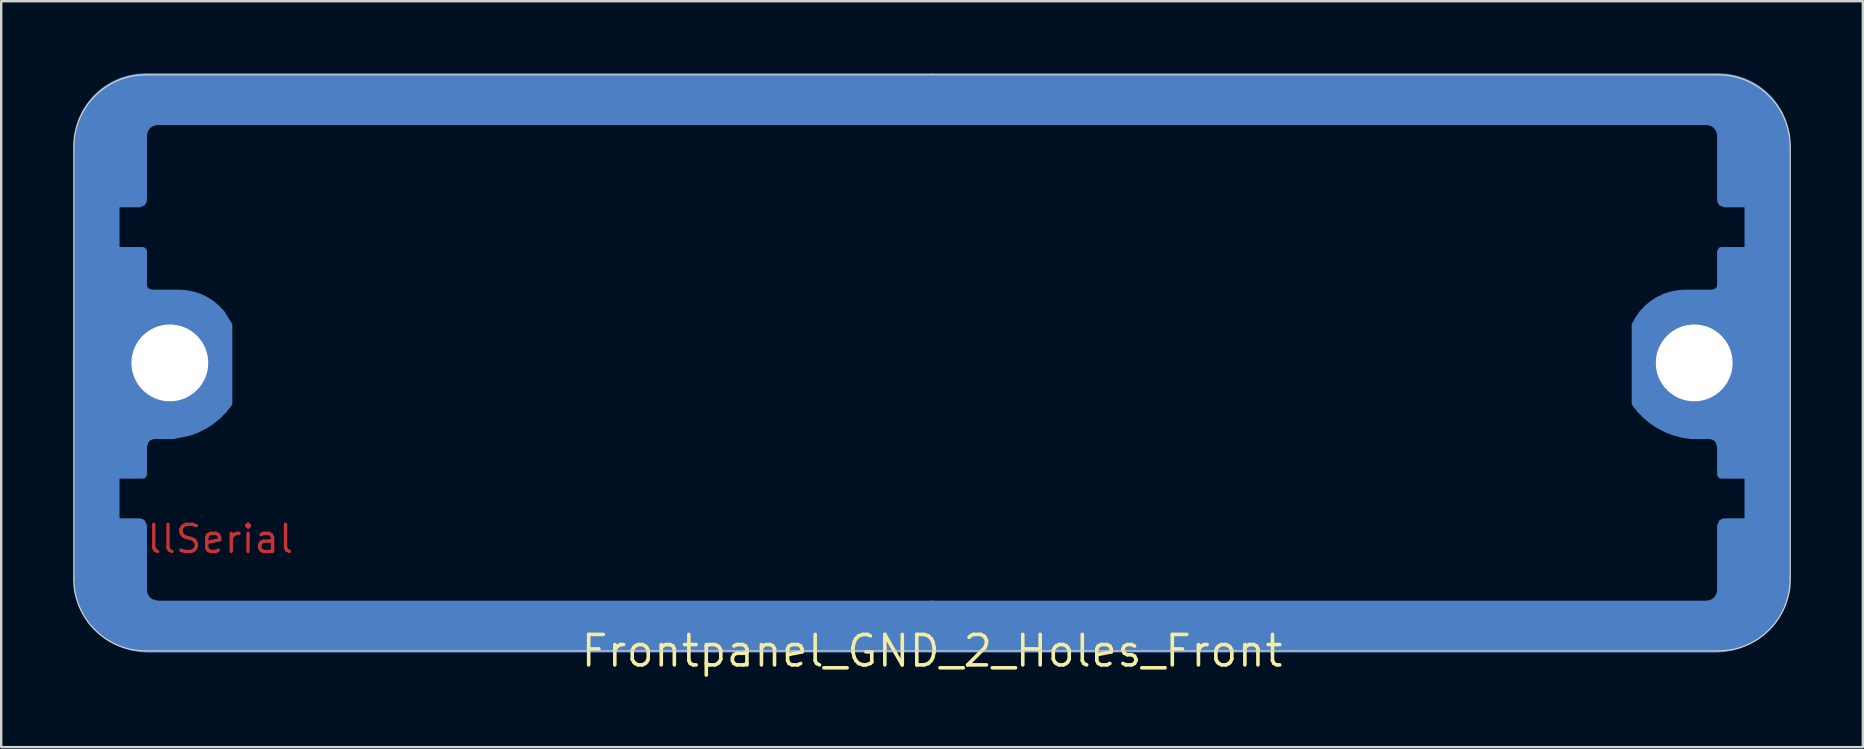
<source format=kicad_pcb>
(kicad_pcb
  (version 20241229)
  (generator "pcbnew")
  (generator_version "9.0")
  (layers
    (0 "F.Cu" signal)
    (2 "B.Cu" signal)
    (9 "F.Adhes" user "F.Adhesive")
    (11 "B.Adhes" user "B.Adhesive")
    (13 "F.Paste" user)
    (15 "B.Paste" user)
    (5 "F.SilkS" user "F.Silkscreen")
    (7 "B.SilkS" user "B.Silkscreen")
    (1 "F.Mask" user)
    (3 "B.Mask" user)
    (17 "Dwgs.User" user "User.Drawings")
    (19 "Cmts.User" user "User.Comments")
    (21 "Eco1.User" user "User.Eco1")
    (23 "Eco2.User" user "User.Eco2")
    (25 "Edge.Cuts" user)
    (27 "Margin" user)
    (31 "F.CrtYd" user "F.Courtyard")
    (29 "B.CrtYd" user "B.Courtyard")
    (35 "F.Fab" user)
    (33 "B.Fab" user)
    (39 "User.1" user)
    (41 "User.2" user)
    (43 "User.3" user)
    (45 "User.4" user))
  (footprint "Frontpanel_GND_2_Holes_Front"
    (layer "F.Cu")
    (at 35.775 24.067)
    (property "Reference" "Frontpanel_GND_2_Holes_Front" (at 0 0 0) (layer "F.SilkS") (effects (font (size 1.27 1.27) (thickness 0.15))))
    (fp_poly (pts (xy 0.064 -21.907) (xy -32.254 -21.907) (xy -32.373 -21.892) (xy -32.48 -21.847) (xy -32.572 -21.777) (xy -32.642 -21.685) (xy -32.687 -21.578) (xy -32.703 -21.459) (xy -32.703 -18.79) (xy -32.726 -18.674) (xy -32.798 -18.565) (xy -33.007 -18.479) (xy -33.846 -18.479) (xy -33.846 -16.828) (xy -32.885 -16.828) (xy -32.797 -16.804) (xy -32.726 -16.733) (xy -32.703 -16.645) (xy -32.703 -15.246) (xy -32.687 -15.168) (xy -32.65 -15.112) (xy -32.499 -15.05) (xy -31.367 -15.05) (xy -31.06 -15.03) (xy -30.755 -14.971) (xy -30.461 -14.874) (xy -30.181 -14.74) (xy -29.921 -14.571) (xy -29.685 -14.371) (xy -29.474 -14.141) (xy -29.146 -13.607) (xy -29.146 -10.265) (xy -29.384 -9.962) (xy -29.64 -9.699) (xy -29.923 -9.467) (xy -30.23 -9.266) (xy -30.556 -9.1) (xy -30.901 -8.97) (xy -31.617 -8.826) (xy -32.38 -8.826) (xy -32.483 -8.81) (xy -32.571 -8.765) (xy -32.638 -8.699) (xy -32.703 -8.499) (xy -32.703 -7.358) (xy -32.726 -7.27) (xy -32.797 -7.199) (xy -32.885 -7.176) (xy -33.846 -7.176) (xy -33.846 -5.524) (xy -33.014 -5.524) (xy -32.898 -5.501) (xy -32.789 -5.429) (xy -32.703 -5.22) (xy -32.703 -2.544) (xy -32.687 -2.425) (xy -32.642 -2.318) (xy -32.572 -2.226) (xy -32.483 -2.158) (xy -32.25 -2.095) (xy 0.064 -2.095) (xy 0.064 0.064) (xy -32.703 0.064) (xy -32.703 0.06) (xy -33.004 0.042) (xy -33.365 -0.021) (xy -33.716 -0.125) (xy -34.052 -0.27) (xy -34.369 -0.452) (xy -34.664 -0.669) (xy -34.931 -0.92) (xy -35.167 -1.199) (xy -35.37 -1.504) (xy -35.536 -1.831) (xy -35.751 -2.53) (xy -35.751 -21.084) (xy -35.729 -21.442) (xy -35.664 -21.796) (xy -35.557 -22.14) (xy -35.409 -22.469) (xy -35.222 -22.777) (xy -35 -23.061) (xy -34.745 -23.316) (xy -34.461 -23.538) (xy -34.153 -23.725) (xy -33.824 -23.873) (xy -33.48 -23.98) (xy -33.126 -24.045) (xy -32.768 -24.067) (xy 0.064 -24.067)) (stroke (width 0) (type default)) (fill yes) (layer "B.Cu"))
    (fp_poly (pts (xy 33.126 -24.045) (xy 33.48 -23.98) (xy 33.824 -23.873) (xy 34.153 -23.725) (xy 34.461 -23.538) (xy 34.745 -23.316) (xy 35 -23.061) (xy 35.222 -22.777) (xy 35.409 -22.469) (xy 35.557 -22.14) (xy 35.664 -21.796) (xy 35.729 -21.442) (xy 35.751 -21.084) (xy 35.751 -2.53) (xy 35.536 -1.831) (xy 35.37 -1.504) (xy 35.167 -1.199) (xy 34.931 -0.92) (xy 34.664 -0.669) (xy 34.369 -0.452) (xy 34.052 -0.27) (xy 33.716 -0.125) (xy 33.365 -0.021) (xy 33.004 0.042) (xy 32.703 0.06) (xy 32.703 0.064) (xy -0.064 0.064) (xy -0.064 -2.095) (xy 32.254 -2.095) (xy 32.373 -2.111) (xy 32.48 -2.156) (xy 32.572 -2.226) (xy 32.642 -2.318) (xy 32.687 -2.425) (xy 32.703 -2.544) (xy 32.703 -5.22) (xy 32.789 -5.429) (xy 32.898 -5.501) (xy 33.014 -5.524) (xy 33.846 -5.524) (xy 33.846 -7.176) (xy 32.885 -7.176) (xy 32.797 -7.199) (xy 32.726 -7.27) (xy 32.703 -7.358) (xy 32.703 -8.499) (xy 32.638 -8.699) (xy 32.571 -8.765) (xy 32.483 -8.81) (xy 32.38 -8.826) (xy 31.618 -8.826) (xy 31.255 -8.879) (xy 30.899 -8.97) (xy 30.556 -9.1) (xy 30.23 -9.266) (xy 29.923 -9.467) (xy 29.64 -9.699) (xy 29.384 -9.962) (xy 29.146 -10.265) (xy 29.146 -13.605) (xy 29.297 -13.889) (xy 29.475 -14.143) (xy 29.685 -14.371) (xy 29.921 -14.571) (xy 30.181 -14.74) (xy 30.461 -14.874) (xy 30.755 -14.971) (xy 31.06 -15.03) (xy 31.367 -15.05) (xy 32.499 -15.05) (xy 32.65 -15.112) (xy 32.687 -15.168) (xy 32.703 -15.246) (xy 32.703 -16.654) (xy 32.788 -16.802) (xy 32.885 -16.828) (xy 33.846 -16.828) (xy 33.846 -18.479) (xy 33.007 -18.479) (xy 32.798 -18.565) (xy 32.726 -18.674) (xy 32.703 -18.79) (xy 32.703 -21.459) (xy 32.687 -21.578) (xy 32.642 -21.685) (xy 32.572 -21.777) (xy 32.48 -21.847) (xy 32.373 -21.892) (xy 32.254 -21.907) (xy -0.064 -21.907) (xy -0.064 -24.067) (xy 32.768 -24.067)) (stroke (width 0) (type default)) (fill yes) (layer "B.Cu"))
    (fp_poly (pts (xy 0.064 -21.907) (xy -32.254 -21.907) (xy -32.373 -21.892) (xy -32.48 -21.847) (xy -32.572 -21.777) (xy -32.642 -21.685) (xy -32.687 -21.578) (xy -32.703 -21.459) (xy -32.703 -18.79) (xy -32.726 -18.674) (xy -32.798 -18.565) (xy -33.007 -18.479) (xy -33.846 -18.479) (xy -33.846 -16.828) (xy -32.885 -16.828) (xy -32.797 -16.804) (xy -32.726 -16.733) (xy -32.703 -16.645) (xy -32.703 -15.246) (xy -32.687 -15.168) (xy -32.65 -15.112) (xy -32.499 -15.05) (xy -31.367 -15.05) (xy -31.06 -15.03) (xy -30.755 -14.971) (xy -30.461 -14.874) (xy -30.181 -14.74) (xy -29.921 -14.571) (xy -29.685 -14.371) (xy -29.474 -14.141) (xy -29.146 -13.607) (xy -29.146 -10.265) (xy -29.384 -9.962) (xy -29.64 -9.699) (xy -29.923 -9.467) (xy -30.23 -9.266) (xy -30.556 -9.1) (xy -30.901 -8.97) (xy -31.617 -8.826) (xy -32.38 -8.826) (xy -32.483 -8.81) (xy -32.571 -8.765) (xy -32.638 -8.699) (xy -32.703 -8.499) (xy -32.703 -7.303) (xy 0.064 -7.303) (xy 0.064 -5.397) (xy -32.776 -5.397) (xy -32.703 -5.22) (xy -32.703 -2.544) (xy -32.687 -2.425) (xy -32.642 -2.318) (xy -32.572 -2.226) (xy -32.483 -2.158) (xy -32.25 -2.095) (xy 0.064 -2.095) (xy 0.064 0.064) (xy -32.703 0.064) (xy -32.703 0.06) (xy -33.004 0.042) (xy -33.365 -0.021) (xy -33.716 -0.125) (xy -34.052 -0.27) (xy -34.369 -0.452) (xy -34.664 -0.669) (xy -34.931 -0.92) (xy -35.167 -1.199) (xy -35.37 -1.504) (xy -35.536 -1.831) (xy -35.751 -2.53) (xy -35.751 -21.084) (xy -35.729 -21.442) (xy -35.664 -21.796) (xy -35.557 -22.14) (xy -35.409 -22.469) (xy -35.222 -22.777) (xy -35 -23.061) (xy -34.745 -23.316) (xy -34.461 -23.538) (xy -34.153 -23.725) (xy -33.824 -23.873) (xy -33.48 -23.98) (xy -33.126 -24.045) (xy -32.768 -24.067) (xy 0.064 -24.067)) (stroke (width 0) (type default)) (fill yes) (layer "B.Mask"))
    (fp_poly (pts (xy 33.126 -24.045) (xy 33.48 -23.98) (xy 33.824 -23.873) (xy 34.153 -23.725) (xy 34.461 -23.538) (xy 34.745 -23.316) (xy 35 -23.061) (xy 35.222 -22.777) (xy 35.409 -22.469) (xy 35.557 -22.14) (xy 35.664 -21.796) (xy 35.729 -21.442) (xy 35.751 -21.084) (xy 35.751 -2.53) (xy 35.536 -1.831) (xy 35.37 -1.504) (xy 35.167 -1.199) (xy 34.931 -0.92) (xy 34.664 -0.669) (xy 34.369 -0.452) (xy 34.052 -0.27) (xy 33.716 -0.125) (xy 33.365 -0.021) (xy 33.004 0.042) (xy 32.703 0.06) (xy 32.703 0.064) (xy -0.064 0.064) (xy -0.064 -2.095) (xy 32.254 -2.095) (xy 32.373 -2.111) (xy 32.48 -2.156) (xy 32.572 -2.226) (xy 32.642 -2.318) (xy 32.687 -2.425) (xy 32.703 -2.544) (xy 32.703 -5.22) (xy 32.776 -5.397) (xy -0.064 -5.397) (xy -0.064 -7.303) (xy 32.717 -7.303) (xy 32.703 -7.358) (xy 32.703 -8.499) (xy 32.638 -8.699) (xy 32.571 -8.765) (xy 32.483 -8.81) (xy 32.38 -8.826) (xy 31.618 -8.826) (xy 31.255 -8.879) (xy 30.899 -8.97) (xy 30.556 -9.1) (xy 30.23 -9.266) (xy 29.923 -9.467) (xy 29.64 -9.699) (xy 29.384 -9.962) (xy 29.146 -10.265) (xy 29.146 -13.605) (xy 29.297 -13.889) (xy 29.475 -14.143) (xy 29.685 -14.371) (xy 29.921 -14.571) (xy 30.181 -14.74) (xy 30.461 -14.874) (xy 30.755 -14.971) (xy 31.06 -15.03) (xy 31.367 -15.05) (xy 32.499 -15.05) (xy 32.65 -15.112) (xy 32.687 -15.168) (xy 32.703 -15.246) (xy 32.703 -16.654) (xy 32.788 -16.802) (xy 32.885 -16.828) (xy 33.846 -16.828) (xy 33.846 -18.479) (xy 33.007 -18.479) (xy 32.798 -18.565) (xy 32.726 -18.674) (xy 32.703 -18.79) (xy 32.703 -21.459) (xy 32.687 -21.578) (xy 32.642 -21.685) (xy 32.572 -21.777) (xy 32.48 -21.847) (xy 32.373 -21.892) (xy 32.254 -21.907) (xy -0.064 -21.907) (xy -0.064 -24.067) (xy 32.768 -24.067)) (stroke (width 0) (type default)) (fill yes) (layer "B.Mask"))
    (fp_line (start -35.752 -17.215) (end -35.752 -21) (stroke (width 0.001) (type solid)) (layer "Cmts.User"))
    (fp_line (start -35.75 -12.84) (end -35.75 -14.197) (stroke (width 0.001) (type solid)) (layer "Cmts.User"))
    (fp_line (start -35.75 -9.84) (end -35.75 -11.34) (stroke (width 0.001) (type solid)) (layer "Cmts.User"))
    (fp_line (start -35.749 -3) (end -35.75 -6.829) (stroke (width 0.001) (type solid)) (layer "Cmts.User"))
    (fp_line (start -35.691 -14.339) (end -35.089 -14.941) (stroke (width 0.001) (type solid)) (layer "Cmts.User"))
    (fp_line (start -35.679 -11.492) (end -35.065 -12.014) (stroke (width 0.001) (type solid)) (layer "Cmts.User"))
    (fp_line (start -35.679 -8.492) (end -35.065 -9.014) (stroke (width 0.001) (type solid)) (layer "Cmts.User"))
    (fp_line (start -35.679 -6.992) (end -35.065 -7.514) (stroke (width 0.001) (type solid)) (layer "Cmts.User"))
    (fp_line (start -35.675 -15.853) (end -35.072 -16.321) (stroke (width 0.001) (type solid)) (layer "Cmts.User"))
    (fp_line (start -35.089 -15.047) (end -35.683 -15.543) (stroke (width 0.001) (type solid)) (layer "Cmts.User"))
    (fp_line (start -35.065 -12.166) (end -35.679 -12.688) (stroke (width 0.001) (type solid)) (layer "Cmts.User"))
    (fp_line (start -35.065 -9.166) (end -35.679 -9.688) (stroke (width 0.001) (type solid)) (layer "Cmts.User"))
    (fp_line (start -35.065 -7.666) (end -35.679 -8.188) (stroke (width 0.001) (type solid)) (layer "Cmts.User"))
    (fp_line (start -35.065 -16.473) (end -35.689 -17.053) (stroke (width 0.001) (type solid)) (layer "Cmts.User"))
    (fp_line (start -34.947 -15) (end -34.96 -15) (stroke (width 0.001) (type solid)) (layer "Cmts.User"))
    (fp_line (start -34.947 -15) (end -34.15 -15) (stroke (width 0.001) (type solid)) (layer "Cmts.User"))
    (fp_line (start -34.44 -13.697) (end -33.574 -13.197) (stroke (width 0.001) (type solid)) (layer "Cmts.User"))
    (fp_line (start -34.339 -14.072) (end -33.89 -14.85) (stroke (width 0.001) (type solid)) (layer "Cmts.User"))
    (fp_line (start -33.977 -15) (end -34.15 -15) (stroke (width 0.001) (type solid)) (layer "Cmts.User"))
    (fp_line (start -33.977 -14.7) (end -34.477 -13.834) (stroke (width 0.001) (type solid)) (layer "Cmts.User"))
    (fp_line (start -33.933 -13.607) (end -34.266 -13.799) (stroke (width 0.001) (type solid)) (layer "Cmts.User"))
    (fp_line (start -33.9 -18.58) (end -33.9 -16.78) (stroke (width 0.001) (type solid)) (layer "Cmts.User"))
    (fp_line (start -33.9 -16.78) (end -32.953 -16.78) (stroke (width 0.001) (type solid)) (layer "Cmts.User"))
    (fp_line (start -33.9 -7.22) (end -33.9 -5.42) (stroke (width 0.001) (type solid)) (layer "Cmts.User"))
    (fp_line (start -33.9 -5.42) (end -32.95 -5.42) (stroke (width 0.001) (type solid)) (layer "Cmts.User"))
    (fp_line (start -33.746 -13.499) (end -33.933 -13.607) (stroke (width 0.001) (type solid)) (layer "Cmts.User"))
    (fp_line (start -33.438 -13.234) (end -32.499 -14.86) (stroke (width 0.001) (type solid)) (layer "Cmts.User"))
    (fp_line (start -32.95 -18.58) (end -33.9 -18.58) (stroke (width 0.001) (type solid)) (layer "Cmts.User"))
    (fp_line (start -32.95 -7.22) (end -33.9 -7.22) (stroke (width 0.001) (type solid)) (layer "Cmts.User"))
    (fp_line (start -32.78 -14.773) (end -33.473 -13.572) (stroke (width 0.001) (type solid)) (layer "Cmts.User"))
    (fp_line (start -32.753 -16.58) (end -32.753 -14.873) (stroke (width 0.001) (type solid)) (layer "Cmts.User"))
    (fp_line (start -32.752 -24) (end -32.751 -24) (stroke (width 0.001) (type solid)) (layer "Cmts.User"))
    (fp_line (start -32.75 -21.48) (end -32.75 -18.78) (stroke (width 0.001) (type solid)) (layer "Cmts.User"))
    (fp_line (start -32.75 -8.795) (end -32.75 -7.42) (stroke (width 0.001) (type solid)) (layer "Cmts.User"))
    (fp_line (start -32.75 -5.22) (end -32.75 -2.52) (stroke (width 0.001) (type solid)) (layer "Cmts.User"))
    (fp_line (start -32.599 -23.929) (end -32.079 -23.315) (stroke (width 0.001) (type solid)) (layer "Cmts.User"))
    (fp_line (start -32.25 -2.02) (end 32.25 -2.02) (stroke (width 0.001) (type solid)) (layer "Cmts.User"))
    (fp_line (start -32.096 -15) (end -31.404 -15) (stroke (width 0.001) (type solid)) (layer "Cmts.User"))
    (fp_line (start -32.076 -0.685) (end -32.596 -0.071) (stroke (width 0.001) (type solid)) (layer "Cmts.User"))
    (fp_line (start -31.924 -23.315) (end -31.414 -23.914) (stroke (width 0.001) (type solid)) (layer "Cmts.User"))
    (fp_line (start -31.402 -0.071) (end -31.924 -0.685) (stroke (width 0.001) (type solid)) (layer "Cmts.User"))
    (fp_line (start -31.098 -23.929) (end -30.576 -23.315) (stroke (width 0.001) (type solid)) (layer "Cmts.User"))
    (fp_line (start -30.576 -0.685) (end -31.098 -0.071) (stroke (width 0.001) (type solid)) (layer "Cmts.User"))
    (fp_line (start -30.424 -23.315) (end -29.902 -23.929) (stroke (width 0.001) (type solid)) (layer "Cmts.User"))
    (fp_line (start -30.099 -11.02) (end -29.45 -11.02) (stroke (width 0.001) (type solid)) (layer "Cmts.User"))
    (fp_line (start -29.902 -0.071) (end -30.424 -0.685) (stroke (width 0.001) (type solid)) (layer "Cmts.User"))
    (fp_line (start -29.591 -23.922) (end -29.129 -23.319) (stroke (width 0.001) (type solid)) (layer "Cmts.User"))
    (fp_line (start -29.45 -13.02) (end -30.099 -13.02) (stroke (width 0.001) (type solid)) (layer "Cmts.User"))
    (fp_line (start -29.25 -13.617) (end -29.25 -13.22) (stroke (width 0.001) (type solid)) (layer "Cmts.User"))
    (fp_line (start -29.25 -10.82) (end -29.25 -10.423) (stroke (width 0.001) (type solid)) (layer "Cmts.User"))
    (fp_line (start -29.129 -0.681) (end -29.591 -0.078) (stroke (width 0.001) (type solid)) (layer "Cmts.User"))
    (fp_line (start -29.05 -23.28) (end 29.05 -23.28) (stroke (width 0.001) (type solid)) (layer "Cmts.User"))
    (fp_line (start 29.05 -0.72) (end -29.05 -0.72) (stroke (width 0.001) (type solid)) (layer "Cmts.User"))
    (fp_line (start 29.129 -23.319) (end 29.591 -23.922) (stroke (width 0.001) (type solid)) (layer "Cmts.User"))
    (fp_line (start 29.25 -13.18) (end 29.25 -13.577) (stroke (width 0.001) (type solid)) (layer "Cmts.User"))
    (fp_line (start 29.25 -10.383) (end 29.25 -10.78) (stroke (width 0.001) (type solid)) (layer "Cmts.User"))
    (fp_line (start 29.45 -10.98) (end 30.099 -10.98) (stroke (width 0.001) (type solid)) (layer "Cmts.User"))
    (fp_line (start 29.591 -0.078) (end 29.129 -0.681) (stroke (width 0.001) (type solid)) (layer "Cmts.User"))
    (fp_line (start 29.902 -23.929) (end 30.424 -23.315) (stroke (width 0.001) (type solid)) (layer "Cmts.User"))
    (fp_line (start 30.099 -12.98) (end 29.45 -12.98) (stroke (width 0.001) (type solid)) (layer "Cmts.User"))
    (fp_line (start 30.424 -0.685) (end 29.902 -0.071) (stroke (width 0.001) (type solid)) (layer "Cmts.User"))
    (fp_line (start 30.576 -23.315) (end 31.098 -23.929) (stroke (width 0.001) (type solid)) (layer "Cmts.User"))
    (fp_line (start 31.098 -0.071) (end 30.576 -0.685) (stroke (width 0.001) (type solid)) (layer "Cmts.User"))
    (fp_line (start 31.402 -23.929) (end 31.924 -23.315) (stroke (width 0.001) (type solid)) (layer "Cmts.User"))
    (fp_line (start 31.924 -0.685) (end 31.414 -0.086) (stroke (width 0.001) (type solid)) (layer "Cmts.User"))
    (fp_line (start 32.076 -23.315) (end 32.596 -23.929) (stroke (width 0.001) (type solid)) (layer "Cmts.User"))
    (fp_line (start 32.096 -9) (end 31.404 -9) (stroke (width 0.001) (type solid)) (layer "Cmts.User"))
    (fp_line (start 32.25 -21.98) (end -32.25 -21.98) (stroke (width 0.001) (type solid)) (layer "Cmts.User"))
    (fp_line (start 32.599 -0.071) (end 32.079 -0.685) (stroke (width 0.001) (type solid)) (layer "Cmts.User"))
    (fp_line (start 32.75 -18.78) (end 32.75 -21.48) (stroke (width 0.001) (type solid)) (layer "Cmts.User"))
    (fp_line (start 32.75 -15.205) (end 32.75 -16.58) (stroke (width 0.001) (type solid)) (layer "Cmts.User"))
    (fp_line (start 32.75 -2.52) (end 32.75 -5.22) (stroke (width 0.001) (type solid)) (layer "Cmts.User"))
    (fp_line (start 32.752 -0.000006) (end 32.751 -0.000006) (stroke (width 0.001) (type solid)) (layer "Cmts.User"))
    (fp_line (start 32.753 -7.42) (end 32.753 -9.127) (stroke (width 0.001) (type solid)) (layer "Cmts.User"))
    (fp_line (start 32.78 -9.227) (end 33.473 -10.428) (stroke (width 0.001) (type solid)) (layer "Cmts.User"))
    (fp_line (start 32.95 -16.78) (end 33.9 -16.78) (stroke (width 0.001) (type solid)) (layer "Cmts.User"))
    (fp_line (start 32.95 -5.42) (end 33.9 -5.42) (stroke (width 0.001) (type solid)) (layer "Cmts.User"))
    (fp_line (start 33.438 -10.766) (end 32.499 -9.14) (stroke (width 0.001) (type solid)) (layer "Cmts.User"))
    (fp_line (start 33.746 -10.501) (end 33.933 -10.393) (stroke (width 0.001) (type solid)) (layer "Cmts.User"))
    (fp_line (start 33.9 -18.58) (end 32.95 -18.58) (stroke (width 0.001) (type solid)) (layer "Cmts.User"))
    (fp_line (start 33.9 -16.78) (end 33.9 -18.58) (stroke (width 0.001) (type solid)) (layer "Cmts.User"))
    (fp_line (start 33.9 -7.22) (end 32.953 -7.22) (stroke (width 0.001) (type solid)) (layer "Cmts.User"))
    (fp_line (start 33.9 -5.42) (end 33.9 -7.22) (stroke (width 0.001) (type solid)) (layer "Cmts.User"))
    (fp_line (start 33.933 -10.393) (end 34.266 -10.201) (stroke (width 0.001) (type solid)) (layer "Cmts.User"))
    (fp_line (start 33.977 -9.3) (end 34.477 -10.166) (stroke (width 0.001) (type solid)) (layer "Cmts.User"))
    (fp_line (start 33.977 -9) (end 34.96 -9) (stroke (width 0.001) (type solid)) (layer "Cmts.User"))
    (fp_line (start 34.339 -9.928) (end 33.89 -9.15) (stroke (width 0.001) (type solid)) (layer "Cmts.User"))
    (fp_line (start 34.44 -10.303) (end 33.574 -10.803) (stroke (width 0.001) (type solid)) (layer "Cmts.User"))
    (fp_line (start 34.947 -9) (end 34.15 -9) (stroke (width 0.001) (type solid)) (layer "Cmts.User"))
    (fp_line (start 35.065 -7.527) (end 35.689 -6.947) (stroke (width 0.001) (type solid)) (layer "Cmts.User"))
    (fp_line (start 35.065 -16.334) (end 35.679 -15.812) (stroke (width 0.001) (type solid)) (layer "Cmts.User"))
    (fp_line (start 35.065 -14.834) (end 35.679 -14.312) (stroke (width 0.001) (type solid)) (layer "Cmts.User"))
    (fp_line (start 35.065 -11.834) (end 35.679 -11.312) (stroke (width 0.001) (type solid)) (layer "Cmts.User"))
    (fp_line (start 35.089 -8.953) (end 35.683 -8.457) (stroke (width 0.001) (type solid)) (layer "Cmts.User"))
    (fp_line (start 35.675 -8.147) (end 35.072 -7.679) (stroke (width 0.001) (type solid)) (layer "Cmts.User"))
    (fp_line (start 35.679 -17.008) (end 35.065 -16.486) (stroke (width 0.001) (type solid)) (layer "Cmts.User"))
    (fp_line (start 35.679 -15.508) (end 35.065 -14.986) (stroke (width 0.001) (type solid)) (layer "Cmts.User"))
    (fp_line (start 35.679 -12.508) (end 35.065 -11.986) (stroke (width 0.001) (type solid)) (layer "Cmts.User"))
    (fp_line (start 35.691 -9.661) (end 35.089 -9.059) (stroke (width 0.001) (type solid)) (layer "Cmts.User"))
    (fp_line (start 35.749 -21) (end 35.75 -17.171) (stroke (width 0.001) (type solid)) (layer "Cmts.User"))
    (fp_line (start 35.75 -14.16) (end 35.75 -12.66) (stroke (width 0.001) (type solid)) (layer "Cmts.User"))
    (fp_line (start 35.75 -11.16) (end 35.75 -9.803) (stroke (width 0.001) (type solid)) (layer "Cmts.User"))
    (fp_line (start 35.752 -6.785) (end 35.752 -3) (stroke (width 0.001) (type solid)) (layer "Cmts.User"))
    (fp_arc (start -35.752381 -20.999996) (mid -34.873527 -23.121497) (end -32.751879 -23.999996) (stroke (width 0.001) (type solid)) (layer "Cmts.User"))
    (fp_arc (start -35.75 -14.197156) (mid -35.734774 -14.273692) (end -35.691418 -14.338575) (stroke (width 0.001) (type solid)) (layer "Cmts.User"))
    (fp_arc (start -35.75 -11.339996) (mid -35.731506 -11.423999) (end -35.67944 -11.492466) (stroke (width 0.001) (type solid)) (layer "Cmts.User"))
    (fp_arc (start -35.749668 -6.828575) (mid -35.733831 -6.91878) (end -35.67944 -6.992465) (stroke (width 0.001) (type solid)) (layer "Cmts.User"))
    (fp_arc (start -35.68905 -17.053015) (mid -35.739137 -17.126547) (end -35.752381 -17.214525) (stroke (width 0.001) (type solid)) (layer "Cmts.User"))
    (fp_arc (start -35.68254 -15.542675) (mid -35.752891 -15.699569) (end -35.675449 -15.853087) (stroke (width 0.001) (type solid)) (layer "Cmts.User"))
    (fp_arc (start -35.67944 -12.687537) (mid -35.731504 -12.755998) (end -35.75 -12.839996) (stroke (width 0.001) (type solid)) (layer "Cmts.User"))
    (fp_arc (start -35.67944 -9.687537) (mid -35.731504 -9.755998) (end -35.75 -9.839996) (stroke (width 0.001) (type solid)) (layer "Cmts.User"))
    (fp_arc (start -35.67944 -8.187537) (mid -35.750001 -8.340002) (end -35.679439 -8.492466) (stroke (width 0.001) (type solid)) (layer "Cmts.User"))
    (fp_arc (start -35.088581 -14.941425) (mid -35.023695 -14.984776) (end -34.947159 -14.999996) (stroke (width 0.001) (type solid)) (layer "Cmts.User"))
    (fp_arc (start -35.065389 -12.166237) (mid -35.030107 -12.090001) (end -35.06539 -12.013765) (stroke (width 0.001) (type solid)) (layer "Cmts.User"))
    (fp_arc (start -35.065389 -9.166237) (mid -35.030107 -9.090001) (end -35.06539 -9.013765) (stroke (width 0.001) (type solid)) (layer "Cmts.User"))
    (fp_arc (start -35.065389 -7.666237) (mid -35.030107 -7.590001) (end -35.06539 -7.513765) (stroke (width 0.001) (type solid)) (layer "Cmts.User"))
    (fp_arc (start -35.06489 -16.473265) (mid -35.033045 -16.395537) (end -35.07169 -16.320956) (stroke (width 0.001) (type solid)) (layer "Cmts.User"))
    (fp_arc (start -34.96039 -14.999996) (mid -35.028593 -15.011985) (end -35.088618 -15.046515) (stroke (width 0.001) (type solid)) (layer "Cmts.User"))
    (fp_arc (start -34.44019 -13.697375) (mid -34.486781 -13.758095) (end -34.47679 -13.833975) (stroke (width 0.001) (type solid)) (layer "Cmts.User"))
    (fp_arc (start -34.26609 -13.798915) (mid -34.359279 -13.920358) (end -34.3393 -14.072125) (stroke (width 0.001) (type solid)) (layer "Cmts.User"))
    (fp_arc (start -34.15 -14.999996) (mid -33.976792 -14.899998) (end -33.976789 -14.699996) (stroke (width 0.001) (type solid)) (layer "Cmts.User"))
    (fp_arc (start -33.97679 -14.999995) (mid -33.890189 -14.949995) (end -33.89019 -14.849996) (stroke (width 0.001) (type solid)) (layer "Cmts.User"))
    (fp_arc (start -33.473268 -13.572125) (mid -33.594712 -13.478935) (end -33.746481 -13.498914) (stroke (width 0.001) (type solid)) (layer "Cmts.User"))
    (fp_arc (start -33.437559 -13.233975) (mid -33.498279 -13.187384) (end -33.574159 -13.197375) (stroke (width 0.001) (type solid)) (layer "Cmts.User"))
    (fp_arc (start -32.95294 -16.779996) (mid -32.811519 -16.721417) (end -32.75294 -16.579996) (stroke (width 0.001) (type solid)) (layer "Cmts.User"))
    (fp_arc (start -32.95 -5.419996) (mid -32.808579 -5.361417) (end -32.75 -5.219996) (stroke (width 0.001) (type solid)) (layer "Cmts.User"))
    (fp_arc (start -32.915 -12.596865) (mid -32.66923 -12.939231) (end -32.326859 -13.184996) (stroke (width 0.001) (type solid)) (layer "Cmts.User"))
    (fp_arc (start -32.914999 -11.443137) (mid -33.350013 -12.020001) (end -32.915 -12.596865) (stroke (width 0.001) (type solid)) (layer "Cmts.User"))
    (fp_arc (start -32.75294 -14.873365) (mid -32.759757 -14.821601) (end -32.77974 -14.773365) (stroke (width 0.001) (type solid)) (layer "Cmts.User"))
    (fp_arc (start -32.751109 -23.999996) (mid -32.667358 -23.981325) (end -32.59914 -23.929275) (stroke (width 0.001) (type solid)) (layer "Cmts.User"))
    (fp_arc (start -32.75 -21.480006) (mid -32.603553 -21.833559) (end -32.25 -21.980006) (stroke (width 0.001) (type solid)) (layer "Cmts.User"))
    (fp_arc (start -32.75 -18.780006) (mid -32.808579 -18.638585) (end -32.95 -18.580006) (stroke (width 0.001) (type solid)) (layer "Cmts.User"))
    (fp_arc (start -32.75 -7.419996) (mid -32.808579 -7.278575) (end -32.95 -7.219996) (stroke (width 0.001) (type solid)) (layer "Cmts.User"))
    (fp_arc (start -32.749999 -8.795096) (mid -32.638293 -9.028648) (end -32.386359 -9.088265) (stroke (width 0.001) (type solid)) (layer "Cmts.User"))
    (fp_arc (start -32.74894 0.000003) (mid -34.870587 -0.878496) (end -35.74944 -2.999997) (stroke (width 0.001) (type solid)) (layer "Cmts.User"))
    (fp_arc (start -32.596368 -0.070725) (mid -32.664859 -0.018547) (end -32.74894 0.000002) (stroke (width 0.001) (type solid)) (layer "Cmts.User"))
    (fp_arc (start -32.49864 -14.860237) (mid -32.442794 -14.922183) (end -32.366539 -14.955965) (stroke (width 0.001) (type solid)) (layer "Cmts.User"))
    (fp_arc (start -32.36654 -14.955965) (mid -32.231689 -14.981076) (end -32.095831 -14.999996) (stroke (width 0.001) (type solid)) (layer "Cmts.User"))
    (fp_arc (start -32.326859 -13.184995) (mid -31.749995 -13.620009) (end -31.173131 -13.184996) (stroke (width 0.001) (type solid)) (layer "Cmts.User"))
    (fp_arc (start -32.326859 -10.854996) (mid -32.66923 -11.100766) (end -32.915 -11.443137) (stroke (width 0.001) (type solid)) (layer "Cmts.User"))
    (fp_arc (start -32.25 -2.019996) (mid -32.603553 -2.166443) (end -32.75 -2.519996) (stroke (width 0.001) (type solid)) (layer "Cmts.User"))
    (fp_arc (start -32.076231 -0.684724) (mid -31.999993 -0.720002) (end -31.923759 -0.684715) (stroke (width 0.001) (type solid)) (layer "Cmts.User"))
    (fp_arc (start -31.923831 -23.315206) (mid -32.001487 -23.278338) (end -32.079068 -23.315365) (stroke (width 0.001) (type solid)) (layer "Cmts.User"))
    (fp_arc (start -31.414081 -23.914356) (mid -31.259507 -23.999775) (end -31.097517 -23.929425) (stroke (width 0.001) (type solid)) (layer "Cmts.User"))
    (fp_arc (start -31.404168 -14.999996) (mid -30.208299 -14.593561) (end -29.285709 -13.730937) (stroke (width 0.001) (type solid)) (layer "Cmts.User"))
    (fp_arc (start -31.173131 -13.184996) (mid -30.991003 -13.07543) (end -30.829168 -12.937646) (stroke (width 0.001) (type solid)) (layer "Cmts.User"))
    (fp_arc (start -31.173131 -10.854995) (mid -31.749995 -10.419981) (end -32.326859 -10.854996) (stroke (width 0.001) (type solid)) (layer "Cmts.User"))
    (fp_arc (start -31.097518 -0.070575) (mid -31.249999 0.000003) (end -31.402481 -0.070574) (stroke (width 0.001) (type solid)) (layer "Cmts.User"))
    (fp_arc (start -30.829168 -11.102356) (mid -30.991003 -10.964567) (end -31.173131 -10.854996) (stroke (width 0.001) (type solid)) (layer "Cmts.User"))
    (fp_arc (start -30.829168 -11.102356) (mid -30.535051 -11.219856) (end -30.247699 -11.086665) (stroke (width 0.001) (type solid)) (layer "Cmts.User"))
    (fp_arc (start -30.576241 -0.684715) (mid -30.5 -0.720004) (end -30.423759 -0.684715) (stroke (width 0.001) (type solid)) (layer "Cmts.User"))
    (fp_arc (start -30.42376 -23.315286) (mid -30.5 -23.279998) (end -30.57624 -23.315287) (stroke (width 0.001) (type solid)) (layer "Cmts.User"))
    (fp_arc (start -30.2477 -12.953337) (mid -30.535052 -12.820147) (end -30.829168 -12.937647) (stroke (width 0.001) (type solid)) (layer "Cmts.User"))
    (fp_arc (start -30.2477 -12.953337) (mid -30.180272 -13.002575) (end -30.098618 -13.019996) (stroke (width 0.001) (type solid)) (layer "Cmts.User"))
    (fp_arc (start -30.098618 -11.019996) (mid -30.180273 -11.037422) (end -30.2477 -11.086665) (stroke (width 0.001) (type solid)) (layer "Cmts.User"))
    (fp_arc (start -29.902481 -23.929425) (mid -29.745024 -23.999943) (end -29.591267 -23.921687) (stroke (width 0.001) (type solid)) (layer "Cmts.User"))
    (fp_arc (start -29.591268 -0.078315) (mid -29.745024 -0.000058) (end -29.90248 -0.070574) (stroke (width 0.001) (type solid)) (layer "Cmts.User"))
    (fp_arc (start -29.45 -11.019996) (mid -29.308579 -10.961417) (end -29.25 -10.819996) (stroke (width 0.001) (type solid)) (layer "Cmts.User"))
    (fp_arc (start -29.285709 -13.730937) (mid -29.259135 -13.676636) (end -29.25 -13.616875) (stroke (width 0.001) (type solid)) (layer "Cmts.User"))
    (fp_arc (start -29.285709 -10.309065) (mid -30.650958 -9.228601) (end -32.386358 -9.088265) (stroke (width 0.001) (type solid)) (layer "Cmts.User"))
    (fp_arc (start -29.25 -13.219996) (mid -29.308579 -13.078575) (end -29.45 -13.019996) (stroke (width 0.001) (type solid)) (layer "Cmts.User"))
    (fp_arc (start -29.25 -10.423125) (mid -29.259135 -10.363365) (end -29.285709 -10.309065) (stroke (width 0.001) (type solid)) (layer "Cmts.User"))
    (fp_arc (start -29.129359 -0.680846) (mid -29.094246 -0.709678) (end -29.05 -0.719996) (stroke (width 0.001) (type solid)) (layer "Cmts.User"))
    (fp_arc (start -29.050001 -23.280006) (mid -29.094247 -23.290324) (end -29.129359 -23.319156) (stroke (width 0.001) (type solid)) (layer "Cmts.User"))
    (fp_arc (start 29.05 -0.719996) (mid 29.094247 -0.709679) (end 29.129359 -0.680846) (stroke (width 0.001) (type solid)) (layer "Cmts.User"))
    (fp_arc (start 29.129358 -23.319155) (mid 29.094246 -23.290323) (end 29.05 -23.280006) (stroke (width 0.001) (type solid)) (layer "Cmts.User"))
    (fp_arc (start 29.25 -13.576875) (mid 29.25914 -13.636636) (end 29.285718 -13.690937) (stroke (width 0.001) (type solid)) (layer "Cmts.User"))
    (fp_arc (start 29.25 -10.780006) (mid 29.308579 -10.921427) (end 29.45 -10.980006) (stroke (width 0.001) (type solid)) (layer "Cmts.User"))
    (fp_arc (start 29.285718 -13.690937) (mid 30.650967 -14.771401) (end 32.386368 -14.911737) (stroke (width 0.001) (type solid)) (layer "Cmts.User"))
    (fp_arc (start 29.285718 -10.269065) (mid 29.25914 -10.323365) (end 29.25 -10.383125) (stroke (width 0.001) (type solid)) (layer "Cmts.User"))
    (fp_arc (start 29.45 -12.980006) (mid 29.308579 -13.038585) (end 29.25 -13.180006) (stroke (width 0.001) (type solid)) (layer "Cmts.User"))
    (fp_arc (start 29.591281 -23.921687) (mid 29.745032 -23.999939) (end 29.902481 -23.929423) (stroke (width 0.001) (type solid)) (layer "Cmts.User"))
    (fp_arc (start 29.902481 -0.070575) (mid 29.745031 -0.00006) (end 29.591281 -0.078314) (stroke (width 0.001) (type solid)) (layer "Cmts.User"))
    (fp_arc (start 30.098631 -12.980006) (mid 30.18028 -12.962579) (end 30.2477 -12.913337) (stroke (width 0.001) (type solid)) (layer "Cmts.User"))
    (fp_arc (start 30.2477 -11.046665) (mid 30.180279 -10.997428) (end 30.098631 -10.980006) (stroke (width 0.001) (type solid)) (layer "Cmts.User"))
    (fp_arc (start 30.2477 -11.046665) (mid 30.535052 -11.179855) (end 30.829168 -11.062355) (stroke (width 0.001) (type solid)) (layer "Cmts.User"))
    (fp_arc (start 30.423759 -0.684714) (mid 30.499999 -0.720003) (end 30.57624 -0.684715) (stroke (width 0.001) (type solid)) (layer "Cmts.User"))
    (fp_arc (start 30.57624 -23.315286) (mid 30.499999 -23.279998) (end 30.423759 -23.315287) (stroke (width 0.001) (type solid)) (layer "Cmts.User"))
    (fp_arc (start 30.829168 -12.897646) (mid 30.535051 -12.780146) (end 30.247699 -12.913337) (stroke (width 0.001) (type solid)) (layer "Cmts.User"))
    (fp_arc (start 30.829168 -12.897646) (mid 30.991007 -13.035436) (end 31.17314 -13.145006) (stroke (width 0.001) (type solid)) (layer "Cmts.User"))
    (fp_arc (start 31.097518 -23.929425) (mid 31.25 -24.000003) (end 31.402482 -23.929424) (stroke (width 0.001) (type solid)) (layer "Cmts.User"))
    (fp_arc (start 31.17314 -13.145005) (mid 31.750004 -13.580019) (end 32.326868 -13.145006) (stroke (width 0.001) (type solid)) (layer "Cmts.User"))
    (fp_arc (start 31.17314 -10.815006) (mid 30.991008 -10.924571) (end 30.829168 -11.062356) (stroke (width 0.001) (type solid)) (layer "Cmts.User"))
    (fp_arc (start 31.404168 -9.000006) (mid 30.208303 -9.406442) (end 29.285718 -10.269065) (stroke (width 0.001) (type solid)) (layer "Cmts.User"))
    (fp_arc (start 31.414081 -0.085646) (mid 31.259507 -0.000226) (end 31.097517 -0.070575) (stroke (width 0.001) (type solid)) (layer "Cmts.User"))
    (fp_arc (start 31.92384 -0.684797) (mid 32.001492 -0.721662) (end 32.079068 -0.684637) (stroke (width 0.001) (type solid)) (layer "Cmts.User"))
    (fp_arc (start 32.07623 -23.315275) (mid 31.999992 -23.279999) (end 31.923759 -23.315287) (stroke (width 0.001) (type solid)) (layer "Cmts.User"))
    (fp_arc (start 32.25 -21.980006) (mid 32.603553 -21.833559) (end 32.75 -21.480006) (stroke (width 0.001) (type solid)) (layer "Cmts.User"))
    (fp_arc (start 32.326868 -13.145006) (mid 32.669235 -12.899236) (end 32.915 -12.556865) (stroke (width 0.001) (type solid)) (layer "Cmts.User"))
    (fp_arc (start 32.326868 -10.815005) (mid 31.750004 -10.379991) (end 31.17314 -10.815006) (stroke (width 0.001) (type solid)) (layer "Cmts.User"))
    (fp_arc (start 32.36654 -9.044037) (mid 32.231689 -9.018926) (end 32.095831 -9.000006) (stroke (width 0.001) (type solid)) (layer "Cmts.User"))
    (fp_arc (start 32.49865 -9.139765) (mid 32.442799 -9.077818) (end 32.36654 -9.044037) (stroke (width 0.001) (type solid)) (layer "Cmts.User"))
    (fp_arc (start 32.596368 -23.929275) (mid 32.664859 -23.981454) (end 32.74894 -24.000005) (stroke (width 0.001) (type solid)) (layer "Cmts.User"))
    (fp_arc (start 32.74894 -24.000006) (mid 34.870588 -23.121506) (end 35.74944 -21.000004) (stroke (width 0.001) (type solid)) (layer "Cmts.User"))
    (fp_arc (start 32.749999 -15.204907) (mid 32.638297 -14.971357) (end 32.386368 -14.911737) (stroke (width 0.001) (type solid)) (layer "Cmts.User"))
    (fp_arc (start 32.75 -16.580006) (mid 32.808579 -16.721427) (end 32.95 -16.780006) (stroke (width 0.001) (type solid)) (layer "Cmts.User"))
    (fp_arc (start 32.75 -5.219996) (mid 32.808579 -5.361417) (end 32.95 -5.419996) (stroke (width 0.001) (type solid)) (layer "Cmts.User"))
    (fp_arc (start 32.75 -2.519996) (mid 32.603553 -2.166443) (end 32.25 -2.019996) (stroke (width 0.001) (type solid)) (layer "Cmts.User"))
    (fp_arc (start 32.751109 -0.000006) (mid 32.667363 -0.018678) (end 32.59915 -0.070725) (stroke (width 0.001) (type solid)) (layer "Cmts.User"))
    (fp_arc (start 32.75295 -9.126637) (mid 32.759762 -9.1784) (end 32.77974 -9.226637) (stroke (width 0.001) (type solid)) (layer "Cmts.User"))
    (fp_arc (start 32.914999 -12.556865) (mid 33.350013 -11.980001) (end 32.915 -11.403137) (stroke (width 0.001) (type solid)) (layer "Cmts.User"))
    (fp_arc (start 32.915 -11.403137) (mid 32.669234 -11.060771) (end 32.326868 -10.815006) (stroke (width 0.001) (type solid)) (layer "Cmts.User"))
    (fp_arc (start 32.95 -18.580006) (mid 32.808579 -18.638585) (end 32.75 -18.780006) (stroke (width 0.001) (type solid)) (layer "Cmts.User"))
    (fp_arc (start 32.95295 -7.220006) (mid 32.811529 -7.278585) (end 32.75295 -7.420006) (stroke (width 0.001) (type solid)) (layer "Cmts.User"))
    (fp_arc (start 33.437568 -10.766025) (mid 33.498288 -10.812616) (end 33.574168 -10.802625) (stroke (width 0.001) (type solid)) (layer "Cmts.User"))
    (fp_arc (start 33.473281 -10.427875) (mid 33.594718 -10.521063) (end 33.746481 -10.501087) (stroke (width 0.001) (type solid)) (layer "Cmts.User"))
    (fp_arc (start 33.976799 -9.000006) (mid 33.890193 -9.050004) (end 33.89019 -9.150006) (stroke (width 0.001) (type solid)) (layer "Cmts.User"))
    (fp_arc (start 34.15 -9.000006) (mid 33.976798 -9.100007) (end 33.9768 -9.300005) (stroke (width 0.001) (type solid)) (layer "Cmts.User"))
    (fp_arc (start 34.2661 -10.201087) (mid 34.359284 -10.079641) (end 34.3393 -9.927875) (stroke (width 0.001) (type solid)) (layer "Cmts.User"))
    (fp_arc (start 34.44019 -10.302625) (mid 34.486786 -10.241907) (end 34.4768 -10.166025) (stroke (width 0.001) (type solid)) (layer "Cmts.User"))
    (fp_arc (start 34.9604 -9.000006) (mid 35.028598 -8.988016) (end 35.088618 -8.953487) (stroke (width 0.001) (type solid)) (layer "Cmts.User"))
    (fp_arc (start 35.06489 -7.526737) (mid 35.033045 -7.604465) (end 35.07169 -7.679046) (stroke (width 0.001) (type solid)) (layer "Cmts.User"))
    (fp_arc (start 35.065389 -16.333765) (mid 35.030107 -16.410001) (end 35.06539 -16.486237) (stroke (width 0.001) (type solid)) (layer "Cmts.User"))
    (fp_arc (start 35.065389 -14.833765) (mid 35.030107 -14.910001) (end 35.06539 -14.986237) (stroke (width 0.001) (type solid)) (layer "Cmts.User"))
    (fp_arc (start 35.065389 -11.833765) (mid 35.030107 -11.910001) (end 35.06539 -11.986237) (stroke (width 0.001) (type solid)) (layer "Cmts.User"))
    (fp_arc (start 35.088581 -9.058575) (mid 35.023695 -9.015225) (end 34.947159 -9.000005) (stroke (width 0.001) (type solid)) (layer "Cmts.User"))
    (fp_arc (start 35.67944 -15.812465) (mid 35.750001 -15.66) (end 35.679439 -15.507536) (stroke (width 0.001) (type solid)) (layer "Cmts.User"))
    (fp_arc (start 35.67944 -14.312465) (mid 35.731504 -14.244004) (end 35.75 -14.160006) (stroke (width 0.001) (type solid)) (layer "Cmts.User"))
    (fp_arc (start 35.67944 -11.312465) (mid 35.731504 -11.244004) (end 35.75 -11.160006) (stroke (width 0.001) (type solid)) (layer "Cmts.User"))
    (fp_arc (start 35.68254 -8.457325) (mid 35.752892 -8.300432) (end 35.675451 -8.146914) (stroke (width 0.001) (type solid)) (layer "Cmts.User"))
    (fp_arc (start 35.689059 -6.946987) (mid 35.739141 -6.873453) (end 35.752381 -6.785475) (stroke (width 0.001) (type solid)) (layer "Cmts.User"))
    (fp_arc (start 35.749681 -17.171425) (mid 35.733837 -17.081219) (end 35.679441 -17.007537) (stroke (width 0.001) (type solid)) (layer "Cmts.User"))
    (fp_arc (start 35.75 -12.660006) (mid 35.731506 -12.576003) (end 35.67944 -12.507536) (stroke (width 0.001) (type solid)) (layer "Cmts.User"))
    (fp_arc (start 35.75 -9.802846) (mid 35.734774 -9.726309) (end 35.691418 -9.661424) (stroke (width 0.001) (type solid)) (layer "Cmts.User"))
    (fp_arc (start 35.752381 -3.000006) (mid 34.873533 -0.878507) (end 32.75189 -0.000005) (stroke (width 0.001) (type solid)) (layer "Cmts.User"))
    (fp_line (start -35.75 -3) (end -35.75 -21) (stroke (width 0.05) (type solid)) (layer "Edge.Cuts"))
    (fp_line (start -32.75 -24) (end 32.75 -24) (stroke (width 0.05) (type solid)) (layer "Edge.Cuts"))
    (fp_line (start 32.75 0) (end -32.75 0) (stroke (width 0.05) (type solid)) (layer "Edge.Cuts"))
    (fp_line (start 35.75 -21) (end 35.75 -3) (stroke (width 0.05) (type solid)) (layer "Edge.Cuts"))
    (fp_arc (start -35.75 -21) (mid -34.87132 -23.12132) (end -32.75 -24) (stroke (width 0.05) (type solid)) (layer "Edge.Cuts"))
    (fp_arc (start -32.75 0) (mid -34.87132 -0.87868) (end -35.75 -3) (stroke (width 0.05) (type solid)) (layer "Edge.Cuts"))
    (fp_arc (start 32.75 -24) (mid 34.87132 -23.12132) (end 35.75 -21) (stroke (width 0.05) (type solid)) (layer "Edge.Cuts"))
    (fp_arc (start 35.75 -3) (mid 34.87132 -0.87868) (end 32.75 0) (stroke (width 0.05) (type solid)) (layer "Edge.Cuts"))
    (fp_text user "AllSerial" (at -33.75 -4 0) (layer "F.Cu") (effects (font (size 1.13 1.13) (thickness 0.14)) (justify left bottom)))
    (fp_text user "AllSerial" (at -33.75 -4 0) (layer "F.Mask") (effects (font (size 1.13 1.13) (thickness 0.14)) (justify left bottom)))
    (pad "P$1" thru_hole circle (at 31.75 -12) (size 5 5) (drill 3.2) (layers "*.Cu" "*.Mask"))
    (pad "P$2" thru_hole circle (at -31.75 -12) (size 5 5) (drill 3.2) (layers "*.Cu" "*.Mask")))
  (gr_rect
    (start -3 -3)
    (end 74.55 28.073)
    (stroke (width 0.1) (type default))
    (fill no)
    (layer "Edge.Cuts")))
</source>
